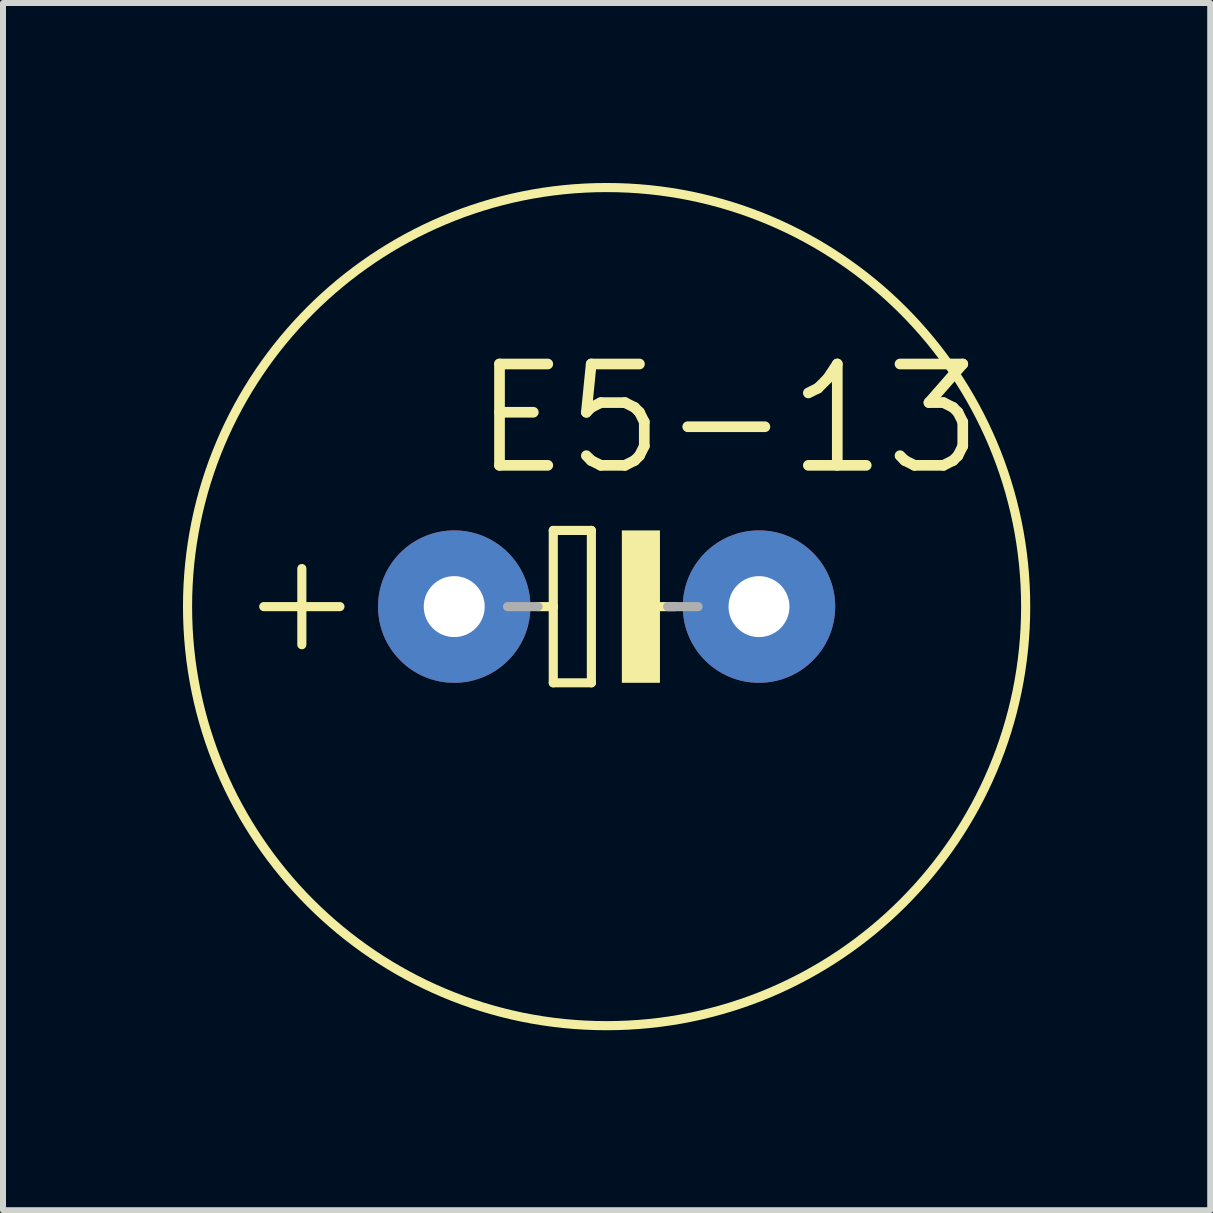
<source format=kicad_pcb>
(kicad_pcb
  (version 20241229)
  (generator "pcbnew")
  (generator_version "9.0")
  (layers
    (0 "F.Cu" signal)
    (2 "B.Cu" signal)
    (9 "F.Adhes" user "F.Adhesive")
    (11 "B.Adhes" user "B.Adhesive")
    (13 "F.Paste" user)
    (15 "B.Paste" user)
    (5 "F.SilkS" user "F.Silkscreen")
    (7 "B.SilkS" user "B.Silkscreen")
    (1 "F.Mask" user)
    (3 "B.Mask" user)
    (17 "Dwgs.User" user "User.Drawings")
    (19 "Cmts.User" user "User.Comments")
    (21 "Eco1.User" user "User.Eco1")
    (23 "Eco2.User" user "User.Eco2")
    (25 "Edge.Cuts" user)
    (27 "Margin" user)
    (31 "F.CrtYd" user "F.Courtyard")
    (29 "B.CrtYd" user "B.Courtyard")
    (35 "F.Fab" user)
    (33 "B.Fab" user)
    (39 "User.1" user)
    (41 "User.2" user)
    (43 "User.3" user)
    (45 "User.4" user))
  (footprint "E5-13"
    (layer "F.Cu")
    (at 7.061 7.061)
    (property "Reference" "E5-13" (at 6.375 -4.115 0) (layer "F.SilkS") (effects (font (size 1.689 1.689) (thickness 0.178)) (justify right top)))
    (attr through_hole)
    (fp_line (start -5.715 0) (end -4.445 0) (stroke (width 0.152) (type solid)) (layer "F.SilkS"))
    (fp_line (start -5.08 0.635) (end -5.08 -0.635) (stroke (width 0.152) (type solid)) (layer "F.SilkS"))
    (fp_line (start -1.143 0) (end -0.889 0) (stroke (width 0.152) (type solid)) (layer "F.SilkS"))
    (fp_line (start -0.889 -1.27) (end -0.889 0) (stroke (width 0.152) (type solid)) (layer "F.SilkS"))
    (fp_line (start -0.889 0) (end -0.889 1.27) (stroke (width 0.152) (type solid)) (layer "F.SilkS"))
    (fp_line (start -0.889 1.27) (end -0.254 1.27) (stroke (width 0.152) (type solid)) (layer "F.SilkS"))
    (fp_line (start -0.254 -1.27) (end -0.889 -1.27) (stroke (width 0.152) (type solid)) (layer "F.SilkS"))
    (fp_line (start -0.254 1.27) (end -0.254 -1.27) (stroke (width 0.152) (type solid)) (layer "F.SilkS"))
    (fp_line (start 0.635 0) (end 1.143 0) (stroke (width 0.152) (type solid)) (layer "F.SilkS"))
    (fp_circle (center 0 0) (end 6.985 0) (stroke (width 0.152) (type solid)) (fill no) (layer "F.SilkS"))
    (fp_poly (pts (xy 0.254 1.27) (xy 0.889 1.27) (xy 0.889 -1.27) (xy 0.254 -1.27)) (stroke (width 0) (type solid)) (fill yes) (layer "F.SilkS"))
    (fp_line (start -1.651 0) (end -1.143 0) (stroke (width 0.152) (type solid)) (layer "F.Fab"))
    (fp_line (start 1.016 0) (end 1.524 0) (stroke (width 0.152) (type solid)) (layer "F.Fab"))
    (pad "+" thru_hole circle (at -2.54 0) (size 2.54 2.54) (drill 1.016) (layers "*.Cu" "*.Mask"))
    (pad "-" thru_hole circle (at 2.54 0) (size 2.54 2.54) (drill 1.016) (layers "*.Cu" "*.Mask")))
  (gr_rect
    (start -3 -3)
    (end 17.122 17.122)
    (stroke (width 0.1) (type default))
    (fill no)
    (layer "Edge.Cuts")))
</source>
